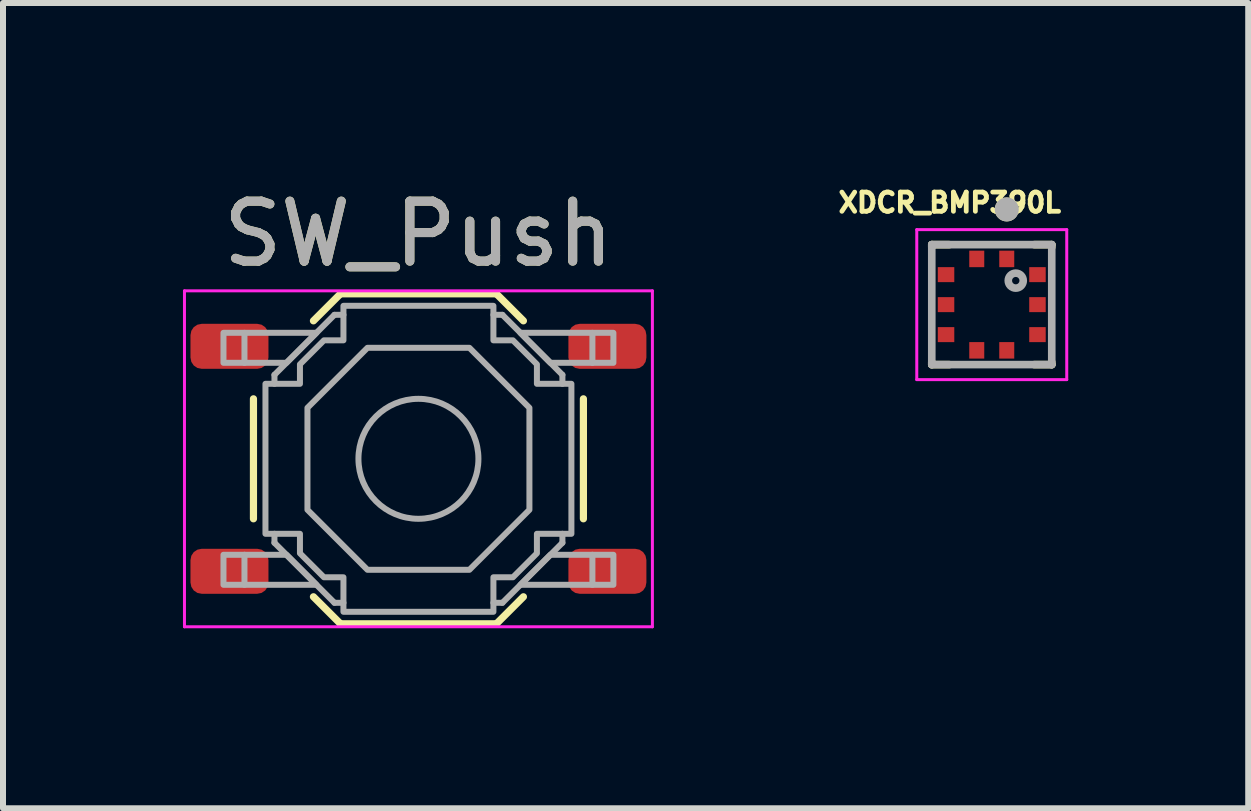
<source format=kicad_pcb>
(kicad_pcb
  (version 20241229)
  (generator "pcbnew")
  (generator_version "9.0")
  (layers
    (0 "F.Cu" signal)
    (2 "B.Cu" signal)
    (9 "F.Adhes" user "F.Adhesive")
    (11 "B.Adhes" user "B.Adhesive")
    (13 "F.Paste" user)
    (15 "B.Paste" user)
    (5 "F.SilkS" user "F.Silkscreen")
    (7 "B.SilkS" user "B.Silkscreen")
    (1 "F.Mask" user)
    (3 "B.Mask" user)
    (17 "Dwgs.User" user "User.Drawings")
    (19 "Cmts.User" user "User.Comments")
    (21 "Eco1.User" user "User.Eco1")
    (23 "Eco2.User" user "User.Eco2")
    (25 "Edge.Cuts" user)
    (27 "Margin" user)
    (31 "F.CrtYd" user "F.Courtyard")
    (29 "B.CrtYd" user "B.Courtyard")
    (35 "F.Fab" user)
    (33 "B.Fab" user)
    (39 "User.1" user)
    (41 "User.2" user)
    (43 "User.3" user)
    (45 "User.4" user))
  (footprint "SW_Push"
    (layer "F.Cu")
    (at 3.925 4.598)
    (property "Reference" "SW_Push" (at 0 -3.75 0) (layer "F.SilkS") (effects (font (size 1 1) (thickness 0.15))))
    (attr smd)
    (fp_line (start -2.75 -1) (end -2.75 1) (stroke (width 0.12) (type solid)) (layer "F.SilkS"))
    (fp_line (start -1.75 -2.3) (end -1.3 -2.75) (stroke (width 0.12) (type solid)) (layer "F.SilkS"))
    (fp_line (start -1.75 2.3) (end -1.3 2.75) (stroke (width 0.12) (type solid)) (layer "F.SilkS"))
    (fp_line (start -1.3 -2.75) (end 1.3 -2.75) (stroke (width 0.12) (type solid)) (layer "F.SilkS"))
    (fp_line (start -1.3 2.75) (end 1.3 2.75) (stroke (width 0.12) (type solid)) (layer "F.SilkS"))
    (fp_line (start 1.75 -2.3) (end 1.3 -2.75) (stroke (width 0.12) (type solid)) (layer "F.SilkS"))
    (fp_line (start 1.75 2.3) (end 1.3 2.75) (stroke (width 0.12) (type solid)) (layer "F.SilkS"))
    (fp_line (start 2.75 -1) (end 2.75 1) (stroke (width 0.12) (type solid)) (layer "F.SilkS"))
    (fp_line (start -3.9 -2.8) (end 3.9 -2.8) (stroke (width 0.05) (type solid)) (layer "F.CrtYd"))
    (fp_line (start -3.9 2.8) (end -3.9 -2.8) (stroke (width 0.05) (type solid)) (layer "F.CrtYd"))
    (fp_line (start 3.9 -2.8) (end 3.9 2.8) (stroke (width 0.05) (type solid)) (layer "F.CrtYd"))
    (fp_line (start 3.9 2.8) (end -3.9 2.8) (stroke (width 0.05) (type solid)) (layer "F.CrtYd"))
    (fp_line (start -2.9 -2.1) (end -2.9 -1.6) (stroke (width 0.1) (type solid)) (layer "F.Fab"))
    (fp_line (start -2.9 2.1) (end -2.9 1.6) (stroke (width 0.1) (type solid)) (layer "F.Fab"))
    (fp_line (start -2.4 -1.4) (end -1.4 -2.4) (stroke (width 0.1) (type solid)) (layer "F.Fab"))
    (fp_line (start -2.4 -1.25) (end -2.4 -1.4) (stroke (width 0.1) (type solid)) (layer "F.Fab"))
    (fp_line (start -2.4 1.4) (end -2.4 1.25) (stroke (width 0.1) (type solid)) (layer "F.Fab"))
    (fp_line (start -1.4 -2.4) (end -1.25 -2.4) (stroke (width 0.1) (type solid)) (layer "F.Fab"))
    (fp_line (start -1.4 2.4) (end -2.4 1.4) (stroke (width 0.1) (type solid)) (layer "F.Fab"))
    (fp_line (start -1.25 2.4) (end -1.4 2.4) (stroke (width 0.1) (type solid)) (layer "F.Fab"))
    (fp_line (start 1.25 -2.4) (end 1.4 -2.4) (stroke (width 0.1) (type solid)) (layer "F.Fab"))
    (fp_line (start 1.4 -2.4) (end 2.4 -1.4) (stroke (width 0.1) (type solid)) (layer "F.Fab"))
    (fp_line (start 1.4 2.4) (end 1.25 2.4) (stroke (width 0.1) (type solid)) (layer "F.Fab"))
    (fp_line (start 2.4 -1.4) (end 2.4 -1.25) (stroke (width 0.1) (type solid)) (layer "F.Fab"))
    (fp_line (start 2.4 1.25) (end 2.4 1.4) (stroke (width 0.1) (type solid)) (layer "F.Fab"))
    (fp_line (start 2.4 1.4) (end 1.4 2.4) (stroke (width 0.1) (type solid)) (layer "F.Fab"))
    (fp_line (start 2.9 -2.1) (end 2.9 -1.6) (stroke (width 0.1) (type solid)) (layer "F.Fab"))
    (fp_line (start 2.9 2.1) (end 2.9 1.6) (stroke (width 0.1) (type solid)) (layer "F.Fab"))
    (fp_circle (center 0 0) (end 1 0) (stroke (width 0.1) (type solid)) (fill no) (layer "F.Fab"))
    (fp_poly (pts (xy -1.7 -2.1) (xy -2.2 -1.6) (xy -3.25 -1.6) (xy -3.25 -2.1)) (stroke (width 0.1) (type solid)) (fill no) (layer "F.Fab"))
    (fp_poly (pts (xy -1.7 2.1) (xy -2.2 1.6) (xy -3.25 1.6) (xy -3.25 2.1)) (stroke (width 0.1) (type solid)) (fill no) (layer "F.Fab"))
    (fp_poly (pts (xy 1.7 -2.1) (xy 2.2 -1.6) (xy 3.25 -1.6) (xy 3.25 -2.1)) (stroke (width 0.1) (type solid)) (fill no) (layer "F.Fab"))
    (fp_poly (pts (xy 1.7 2.1) (xy 2.2 1.6) (xy 3.25 1.6) (xy 3.25 2.1)) (stroke (width 0.1) (type solid)) (fill no) (layer "F.Fab"))
    (fp_poly (pts (xy 0.85 -1.85) (xy 1.85 -0.85) (xy 1.85 0.85) (xy 0.85 1.85) (xy -0.85 1.85) (xy -1.85 0.85) (xy -1.85 -0.85) (xy -0.85 -1.85)) (stroke (width 0.1) (type solid)) (fill no) (layer "F.Fab"))
    (fp_poly (pts (xy -1.25 -2.55) (xy 1.25 -2.55) (xy 1.25 -1.975) (xy 1.575 -1.975) (xy 1.975 -1.575) (xy 1.975 -1.25) (xy 2.55 -1.25) (xy 2.55 1.25) (xy 1.975 1.25) (xy 1.975 1.575) (xy 1.575 1.975) (xy 1.25 1.975) (xy 1.25 2.55) (xy -1.25 2.55) (xy -1.25 1.975) (xy -1.575 1.975) (xy -1.975 1.575) (xy -1.975 1.25) (xy -2.55 1.25) (xy -2.55 -1.25) (xy -1.975 -1.25) (xy -1.975 -1.575) (xy -1.575 -1.975) (xy -1.25 -1.975)) (stroke (width 0.1) (type solid)) (fill no) (layer "F.Fab"))
    (fp_text user "${REFERENCE}" (at 0 -3.75 0) (layer "F.Fab") (effects (font (size 1 1) (thickness 0.15))))
    (pad "1" smd roundrect (at -3.15 -1.875) (size 1.3 0.75) (layers "F.Cu" "F.Mask" "F.Paste") (roundrect_rratio 0.25))
    (pad "1" smd roundrect (at 3.15 -1.875) (size 1.3 0.75) (layers "F.Cu" "F.Mask" "F.Paste") (roundrect_rratio 0.25))
    (pad "2" smd roundrect (at -3.15 1.875) (size 1.3 0.75) (layers "F.Cu" "F.Mask" "F.Paste") (roundrect_rratio 0.25))
    (pad "2" smd roundrect (at 3.15 1.875) (size 1.3 0.75) (layers "F.Cu" "F.Mask" "F.Paste") (roundrect_rratio 0.25)))
  (footprint "XDCR_BMP390L"
    (layer "F.Cu")
    (at 13.482 2.028)
    (property "Reference" "XDCR_BMP390L" (at -0.7 -1.7 0) (layer "F.SilkS") (effects (font (size 0.32 0.32) (thickness 0.08))))
    (attr smd)
    (fp_line (start -1 -1) (end -0.708 -1) (stroke (width 0.127) (type solid)) (layer "F.SilkS"))
    (fp_line (start -1 -0.958) (end -1 -1) (stroke (width 0.127) (type solid)) (layer "F.SilkS"))
    (fp_line (start -1 1) (end -1 0.958) (stroke (width 0.127) (type solid)) (layer "F.SilkS"))
    (fp_line (start -1 1) (end -0.708 1) (stroke (width 0.127) (type solid)) (layer "F.SilkS"))
    (fp_line (start 0.708 -1) (end 1 -1) (stroke (width 0.127) (type solid)) (layer "F.SilkS"))
    (fp_line (start 1 -1) (end 1 -0.958) (stroke (width 0.127) (type solid)) (layer "F.SilkS"))
    (fp_line (start 1 0.958) (end 1 1) (stroke (width 0.127) (type solid)) (layer "F.SilkS"))
    (fp_line (start 1 1) (end 0.708 1) (stroke (width 0.127) (type solid)) (layer "F.SilkS"))
    (fp_circle (center 0.25 -1.587) (end 0.35 -1.587) (stroke (width 0.2) (type solid)) (fill no) (layer "F.SilkS"))
    (fp_line (start -1.25 -1.25) (end -1.25 1.25) (stroke (width 0.05) (type solid)) (layer "F.CrtYd"))
    (fp_line (start -1.25 1.25) (end 1.25 1.25) (stroke (width 0.05) (type solid)) (layer "F.CrtYd"))
    (fp_line (start 1.25 -1.25) (end -1.25 -1.25) (stroke (width 0.05) (type solid)) (layer "F.CrtYd"))
    (fp_line (start 1.25 1.25) (end 1.25 -1.25) (stroke (width 0.05) (type solid)) (layer "F.CrtYd"))
    (fp_line (start -1 -1) (end 1 -1) (stroke (width 0.127) (type solid)) (layer "F.Fab"))
    (fp_line (start -1 1) (end -1 -1) (stroke (width 0.127) (type solid)) (layer "F.Fab"))
    (fp_line (start 1 -1) (end 1 1) (stroke (width 0.127) (type solid)) (layer "F.Fab"))
    (fp_line (start 1 1) (end -1 1) (stroke (width 0.127) (type solid)) (layer "F.Fab"))
    (fp_circle (center 0.25 -1.587) (end 0.35 -1.587) (stroke (width 0.2) (type solid)) (fill no) (layer "F.Fab"))
    (fp_circle (center 0.4 -0.4) (end 0.525 -0.4) (stroke (width 0.127) (type solid)) (fill no) (layer "F.Fab"))
    (pad "1" smd rect (at 0.25 -0.762) (size 0.25 0.275) (layers "F.Cu" "F.Mask" "F.Paste"))
    (pad "2" smd rect (at -0.25 -0.762) (size 0.25 0.275) (layers "F.Cu" "F.Mask" "F.Paste"))
    (pad "3" smd rect (at -0.762 -0.5) (size 0.275 0.25) (layers "F.Cu" "F.Mask" "F.Paste"))
    (pad "3" smd rect (at 0.762 0) (size 0.275 0.25) (layers "F.Cu" "F.Mask" "F.Paste"))
    (pad "3" smd rect (at 0.762 0.5) (size 0.275 0.25) (layers "F.Cu" "F.Mask" "F.Paste"))
    (pad "4" smd rect (at -0.762 0) (size 0.275 0.25) (layers "F.Cu" "F.Mask" "F.Paste"))
    (pad "5" smd rect (at -0.762 0.5) (size 0.275 0.25) (layers "F.Cu" "F.Mask" "F.Paste"))
    (pad "6" smd rect (at -0.25 0.762) (size 0.25 0.275) (layers "F.Cu" "F.Mask" "F.Paste"))
    (pad "7" smd rect (at 0.25 0.762) (size 0.25 0.275) (layers "F.Cu" "F.Mask" "F.Paste"))
    (pad "10" smd rect (at 0.762 -0.5) (size 0.275 0.25) (layers "F.Cu" "F.Mask" "F.Paste")))
  (gr_rect
    (start -3 -3)
    (end 17.757 10.423)
    (stroke (width 0.1) (type default))
    (fill no)
    (layer "Edge.Cuts")))
</source>
